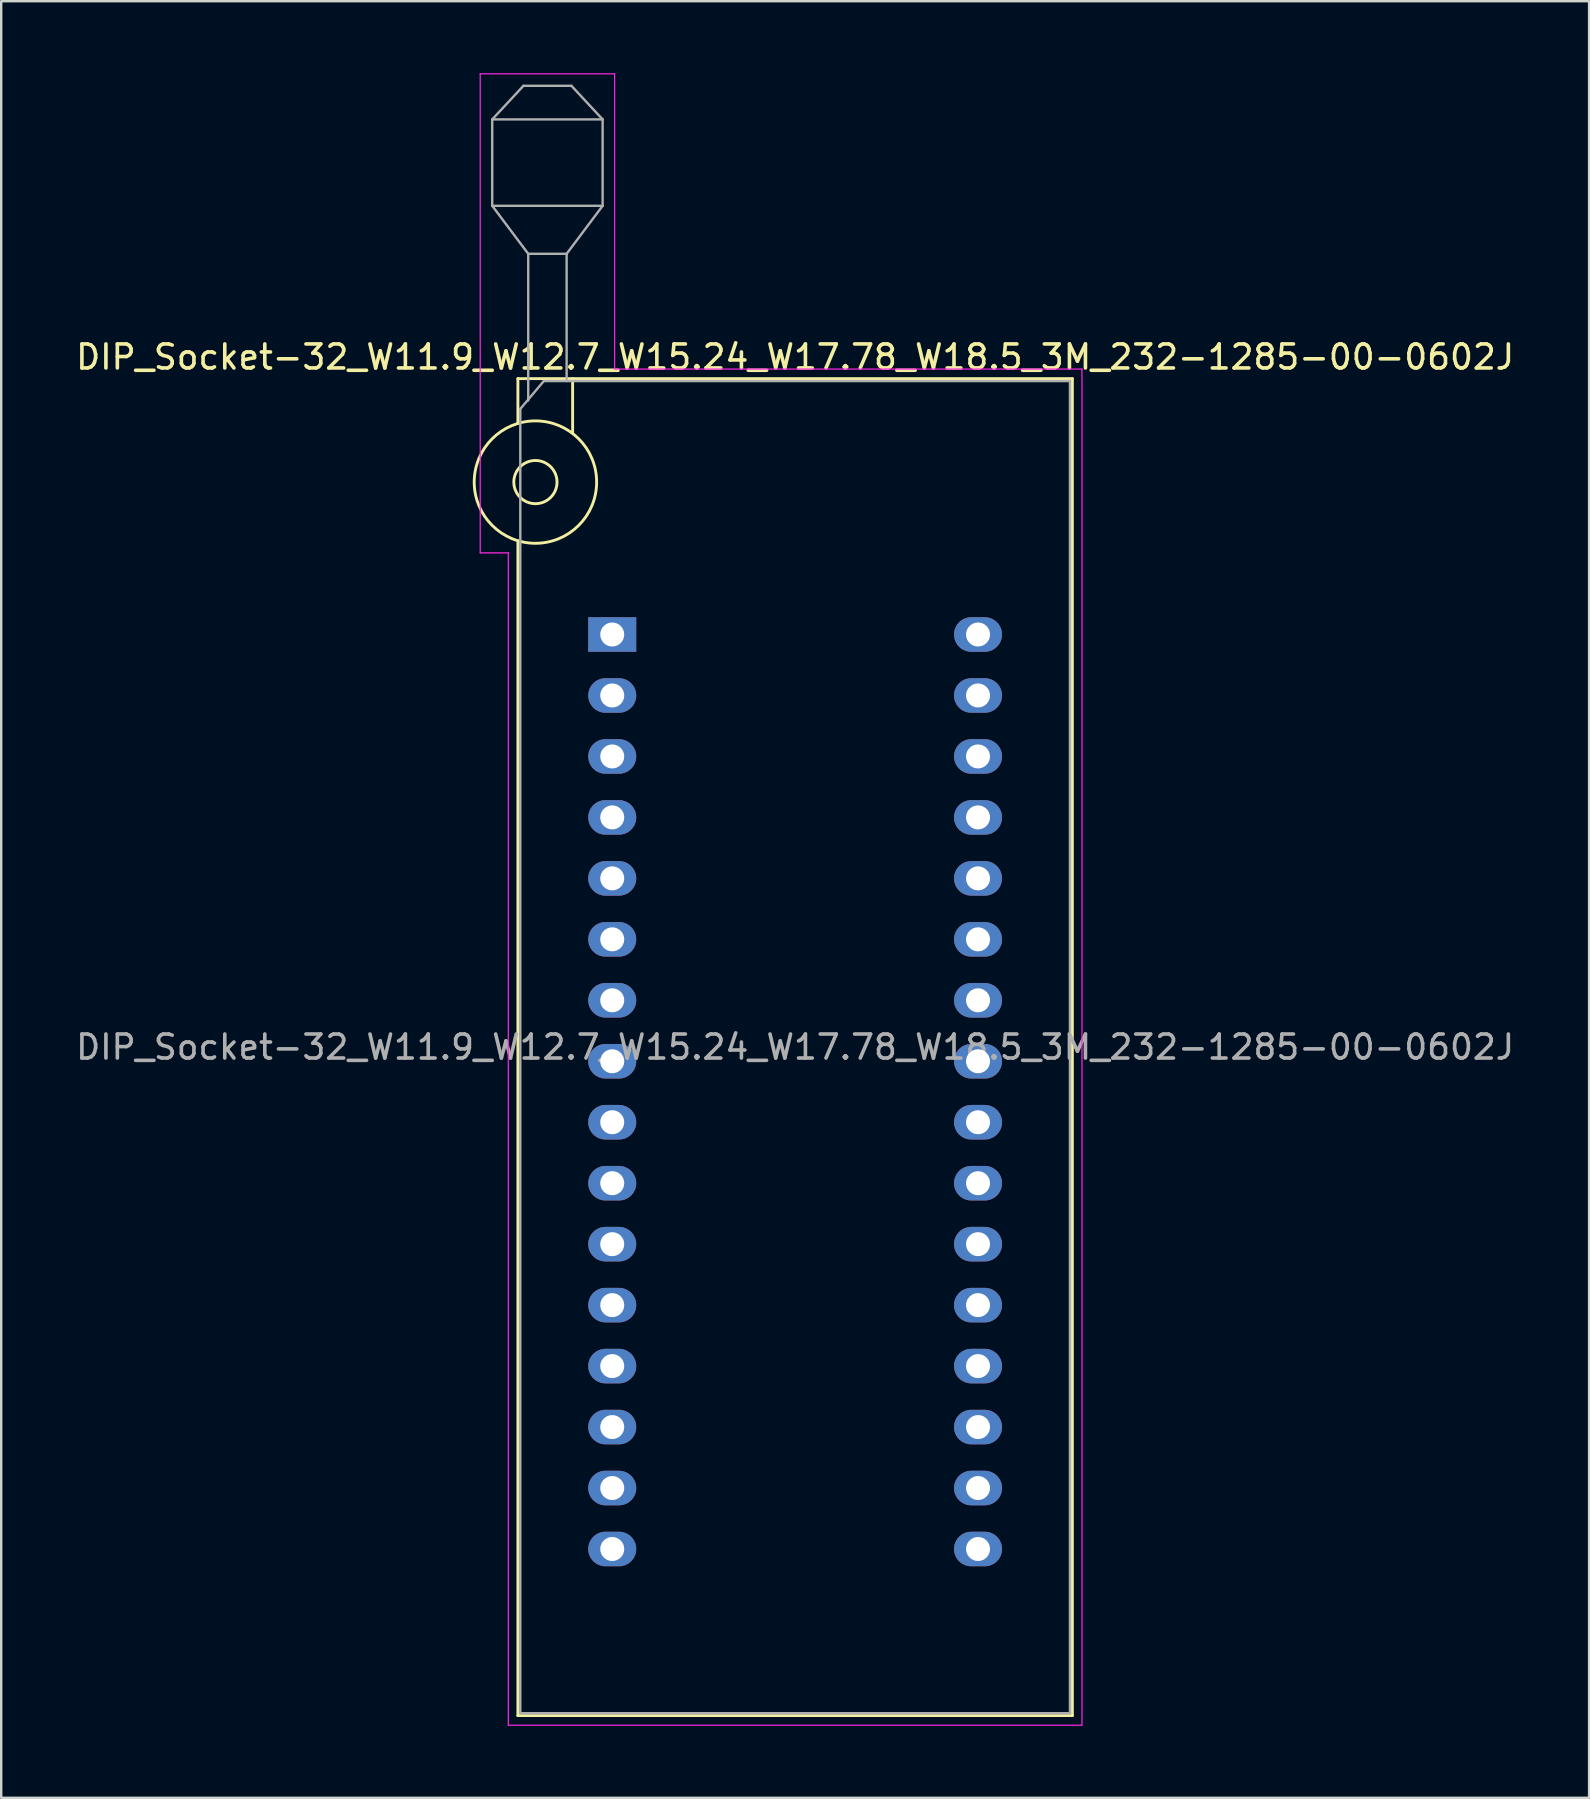
<source format=kicad_pcb>
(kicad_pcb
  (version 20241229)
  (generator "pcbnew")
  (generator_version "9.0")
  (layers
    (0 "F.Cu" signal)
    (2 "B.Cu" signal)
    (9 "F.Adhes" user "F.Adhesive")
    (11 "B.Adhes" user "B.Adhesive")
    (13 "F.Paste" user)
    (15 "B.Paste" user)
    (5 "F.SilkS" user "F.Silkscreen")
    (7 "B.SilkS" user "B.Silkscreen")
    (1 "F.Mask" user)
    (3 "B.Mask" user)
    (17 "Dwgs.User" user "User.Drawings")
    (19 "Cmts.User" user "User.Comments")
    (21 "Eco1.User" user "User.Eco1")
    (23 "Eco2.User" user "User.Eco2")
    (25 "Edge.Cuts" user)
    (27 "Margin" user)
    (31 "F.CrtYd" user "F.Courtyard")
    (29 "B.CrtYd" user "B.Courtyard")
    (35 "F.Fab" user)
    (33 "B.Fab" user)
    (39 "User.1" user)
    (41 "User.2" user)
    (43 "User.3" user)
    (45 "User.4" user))
  (footprint "DIP_Socket-32_W11.9_W12.7_W15.24_W17.78_W18.5_3M_232-1285-00-0602J"
    (layer "F.Cu")
    (at 22.457 23.385)
    (property "Reference" "DIP_Socket-32_W11.9_W12.7_W15.24_W17.78_W18.5_3M_232-1285-00-0602J" (at 7.62 -11.56 0) (layer "F.SilkS") (effects (font (size 1 1) (thickness 0.15))))
    (attr through_hole)
    (fp_line (start -3.93 -10.66) (end -3.93 -8.8) (stroke (width 0.12) (type solid)) (layer "F.SilkS"))
    (fp_line (start -3.93 -3.9) (end -3.93 45.04) (stroke (width 0.12) (type solid)) (layer "F.SilkS"))
    (fp_line (start -3.93 45.04) (end 19.17 45.04) (stroke (width 0.12) (type solid)) (layer "F.SilkS"))
    (fp_line (start -1.65 -10.66) (end -1.65 -8.4) (stroke (width 0.12) (type solid)) (layer "F.SilkS"))
    (fp_line (start 19.17 -10.66) (end -3.93 -10.66) (stroke (width 0.12) (type solid)) (layer "F.SilkS"))
    (fp_line (start 19.17 45.04) (end 19.17 -10.66) (stroke (width 0.12) (type solid)) (layer "F.SilkS"))
    (fp_circle (center -3.2 -6.35) (end -2.3 -6.35) (stroke (width 0.12) (type solid)) (fill no) (layer "F.SilkS"))
    (fp_circle (center -3.2 -6.35) (end -0.65 -6.35) (stroke (width 0.12) (type solid)) (fill no) (layer "F.SilkS"))
    (fp_line (start -5.5 -23.36) (end 0.1 -23.36) (stroke (width 0.05) (type solid)) (layer "F.CrtYd"))
    (fp_line (start -5.5 -3.4) (end -5.5 -23.36) (stroke (width 0.05) (type solid)) (layer "F.CrtYd"))
    (fp_line (start -4.33 -3.4) (end -5.5 -3.4) (stroke (width 0.05) (type solid)) (layer "F.CrtYd"))
    (fp_line (start -4.33 45.44) (end -4.33 -3.4) (stroke (width 0.05) (type solid)) (layer "F.CrtYd"))
    (fp_line (start 0.1 -23.36) (end 0.1 -11.06) (stroke (width 0.05) (type solid)) (layer "F.CrtYd"))
    (fp_line (start 0.1 -11.06) (end 19.57 -11.06) (stroke (width 0.05) (type solid)) (layer "F.CrtYd"))
    (fp_line (start 19.57 -11.06) (end 19.57 45.44) (stroke (width 0.05) (type solid)) (layer "F.CrtYd"))
    (fp_line (start 19.57 45.44) (end -4.33 45.44) (stroke (width 0.05) (type solid)) (layer "F.CrtYd"))
    (fp_line (start -5 -21.46) (end -5 -17.86) (stroke (width 0.1) (type solid)) (layer "F.Fab"))
    (fp_line (start -5 -21.46) (end -3.7 -22.86) (stroke (width 0.1) (type solid)) (layer "F.Fab"))
    (fp_line (start -5 -17.86) (end -3.5 -15.86) (stroke (width 0.1) (type solid)) (layer "F.Fab"))
    (fp_line (start -5 -17.86) (end -0.4 -17.86) (stroke (width 0.1) (type solid)) (layer "F.Fab"))
    (fp_line (start -3.83 -9.4) (end -2.85 -10.56) (stroke (width 0.1) (type solid)) (layer "F.Fab"))
    (fp_line (start -3.83 44.94) (end -3.83 -9.4) (stroke (width 0.1) (type solid)) (layer "F.Fab"))
    (fp_line (start -3.7 -22.86) (end -1.7 -22.86) (stroke (width 0.1) (type solid)) (layer "F.Fab"))
    (fp_line (start -3.5 -15.86) (end -1.9 -15.86) (stroke (width 0.1) (type solid)) (layer "F.Fab"))
    (fp_line (start -3.5 -9.75) (end -3.5 -15.86) (stroke (width 0.1) (type solid)) (layer "F.Fab"))
    (fp_line (start -2.85 -10.56) (end 19.07 -10.56) (stroke (width 0.1) (type solid)) (layer "F.Fab"))
    (fp_line (start -1.9 -15.86) (end -1.9 -10.56) (stroke (width 0.1) (type solid)) (layer "F.Fab"))
    (fp_line (start -1.7 -22.86) (end -0.4 -21.46) (stroke (width 0.1) (type solid)) (layer "F.Fab"))
    (fp_line (start -0.4 -21.46) (end -5 -21.46) (stroke (width 0.1) (type solid)) (layer "F.Fab"))
    (fp_line (start -0.4 -17.86) (end -1.9 -15.86) (stroke (width 0.1) (type solid)) (layer "F.Fab"))
    (fp_line (start -0.4 -17.86) (end -0.4 -21.46) (stroke (width 0.1) (type solid)) (layer "F.Fab"))
    (fp_line (start 19.07 -10.56) (end 19.07 44.94) (stroke (width 0.1) (type solid)) (layer "F.Fab"))
    (fp_line (start 19.07 44.94) (end -3.83 44.94) (stroke (width 0.1) (type solid)) (layer "F.Fab"))
    (fp_text user "${REFERENCE}" (at 7.62 17.19 0) (layer "F.Fab") (effects (font (size 1 1) (thickness 0.15))))
    (pad "1" thru_hole rect (at 0 0) (size 2 1.44) (drill 1) (layers "*.Cu" "*.Mask"))
    (pad "2" thru_hole oval (at 0 2.54) (size 2 1.44) (drill 1) (layers "*.Cu" "*.Mask"))
    (pad "3" thru_hole oval (at 0 5.08) (size 2 1.44) (drill 1) (layers "*.Cu" "*.Mask"))
    (pad "4" thru_hole oval (at 0 7.62) (size 2 1.44) (drill 1) (layers "*.Cu" "*.Mask"))
    (pad "5" thru_hole oval (at 0 10.16) (size 2 1.44) (drill 1) (layers "*.Cu" "*.Mask"))
    (pad "6" thru_hole oval (at 0 12.7) (size 2 1.44) (drill 1) (layers "*.Cu" "*.Mask"))
    (pad "7" thru_hole oval (at 0 15.24) (size 2 1.44) (drill 1) (layers "*.Cu" "*.Mask"))
    (pad "8" thru_hole oval (at 0 17.78) (size 2 1.44) (drill 1) (layers "*.Cu" "*.Mask"))
    (pad "9" thru_hole oval (at 0 20.32) (size 2 1.44) (drill 1) (layers "*.Cu" "*.Mask"))
    (pad "10" thru_hole oval (at 0 22.86) (size 2 1.44) (drill 1) (layers "*.Cu" "*.Mask"))
    (pad "11" thru_hole oval (at 0 25.4) (size 2 1.44) (drill 1) (layers "*.Cu" "*.Mask"))
    (pad "12" thru_hole oval (at 0 27.94) (size 2 1.44) (drill 1) (layers "*.Cu" "*.Mask"))
    (pad "13" thru_hole oval (at 0 30.48) (size 2 1.44) (drill 1) (layers "*.Cu" "*.Mask"))
    (pad "14" thru_hole oval (at 0 33.02) (size 2 1.44) (drill 1) (layers "*.Cu" "*.Mask"))
    (pad "15" thru_hole oval (at 0 35.56) (size 2 1.44) (drill 1) (layers "*.Cu" "*.Mask"))
    (pad "16" thru_hole oval (at 0 38.1) (size 2 1.44) (drill 1) (layers "*.Cu" "*.Mask"))
    (pad "17" thru_hole oval (at 15.24 38.1) (size 2 1.44) (drill 1) (layers "*.Cu" "*.Mask"))
    (pad "18" thru_hole oval (at 15.24 35.56) (size 2 1.44) (drill 1) (layers "*.Cu" "*.Mask"))
    (pad "19" thru_hole oval (at 15.24 33.02) (size 2 1.44) (drill 1) (layers "*.Cu" "*.Mask"))
    (pad "20" thru_hole oval (at 15.24 30.48) (size 2 1.44) (drill 1) (layers "*.Cu" "*.Mask"))
    (pad "21" thru_hole oval (at 15.24 27.94) (size 2 1.44) (drill 1) (layers "*.Cu" "*.Mask"))
    (pad "22" thru_hole oval (at 15.24 25.4) (size 2 1.44) (drill 1) (layers "*.Cu" "*.Mask"))
    (pad "23" thru_hole oval (at 15.24 22.86) (size 2 1.44) (drill 1) (layers "*.Cu" "*.Mask"))
    (pad "24" thru_hole oval (at 15.24 20.32) (size 2 1.44) (drill 1) (layers "*.Cu" "*.Mask"))
    (pad "25" thru_hole oval (at 15.24 17.78) (size 2 1.44) (drill 1) (layers "*.Cu" "*.Mask"))
    (pad "26" thru_hole oval (at 15.24 15.24) (size 2 1.44) (drill 1) (layers "*.Cu" "*.Mask"))
    (pad "27" thru_hole oval (at 15.24 12.7) (size 2 1.44) (drill 1) (layers "*.Cu" "*.Mask"))
    (pad "28" thru_hole oval (at 15.24 10.16) (size 2 1.44) (drill 1) (layers "*.Cu" "*.Mask"))
    (pad "29" thru_hole oval (at 15.24 7.62) (size 2 1.44) (drill 1) (layers "*.Cu" "*.Mask"))
    (pad "30" thru_hole oval (at 15.24 5.08) (size 2 1.44) (drill 1) (layers "*.Cu" "*.Mask"))
    (pad "31" thru_hole oval (at 15.24 2.54) (size 2 1.44) (drill 1) (layers "*.Cu" "*.Mask"))
    (pad "32" thru_hole oval (at 15.24 0) (size 2 1.44) (drill 1) (layers "*.Cu" "*.Mask")))
  (gr_rect
    (start -3 -3)
    (end 63.155 71.85)
    (stroke (width 0.1) (type default))
    (fill no)
    (layer "Edge.Cuts")))
</source>
